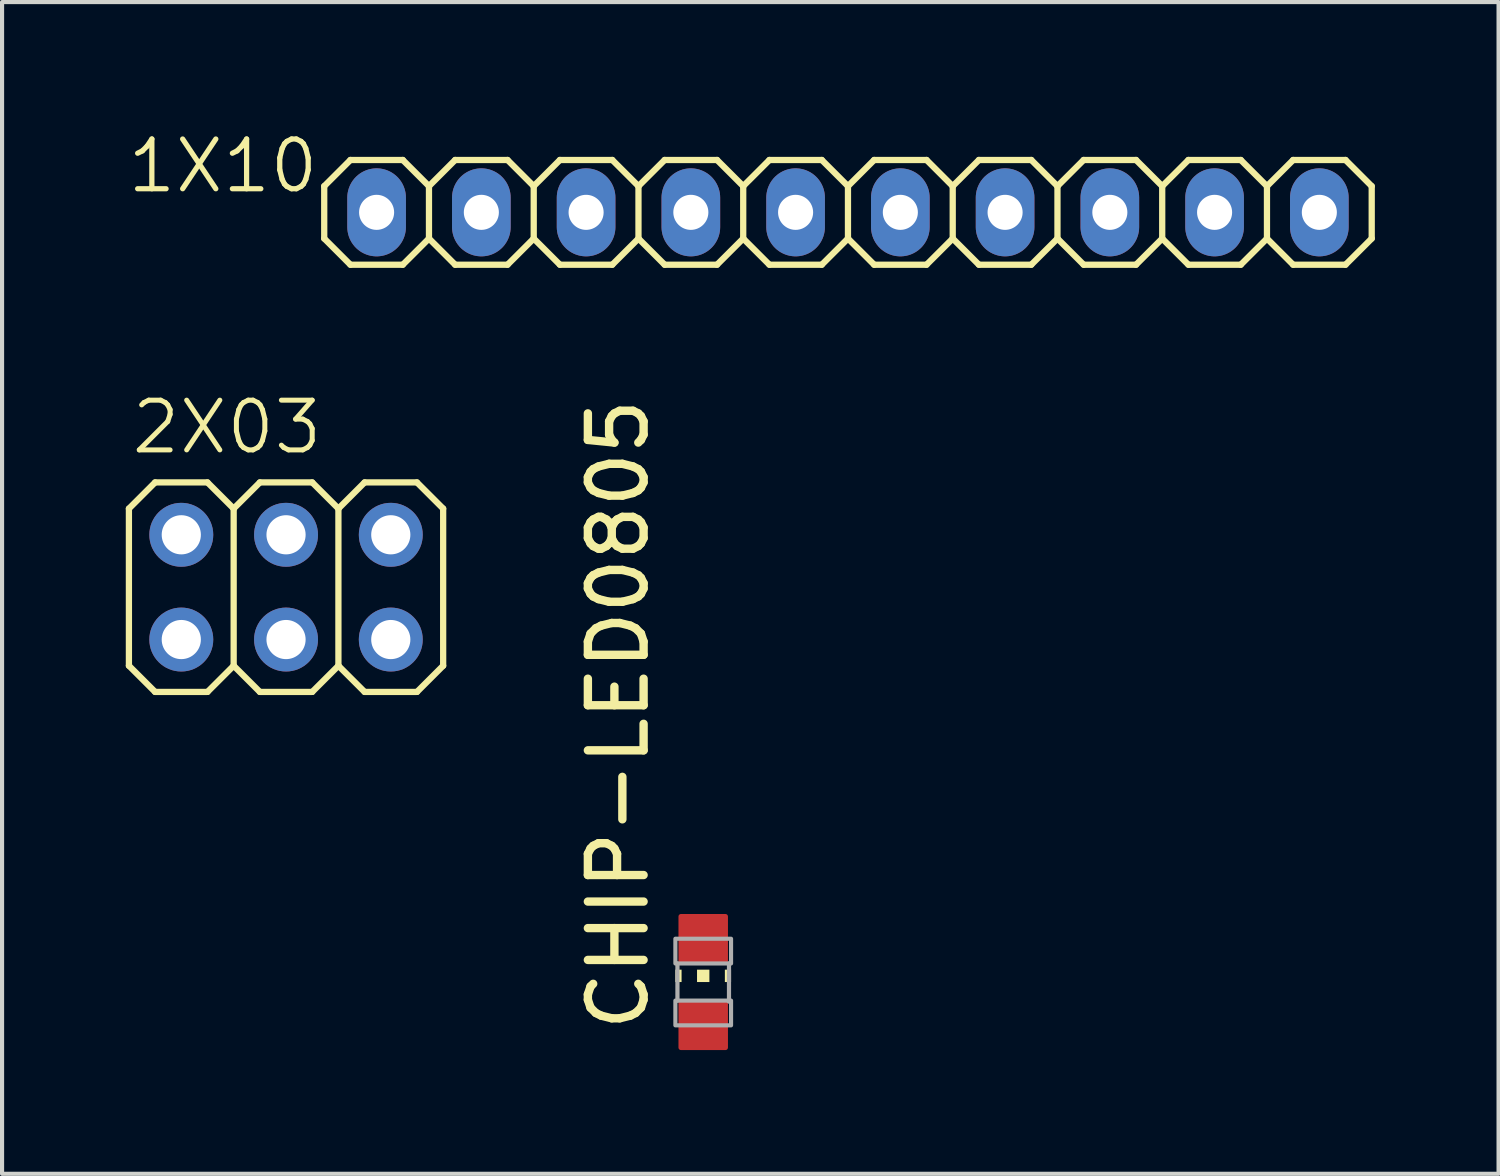
<source format=kicad_pcb>
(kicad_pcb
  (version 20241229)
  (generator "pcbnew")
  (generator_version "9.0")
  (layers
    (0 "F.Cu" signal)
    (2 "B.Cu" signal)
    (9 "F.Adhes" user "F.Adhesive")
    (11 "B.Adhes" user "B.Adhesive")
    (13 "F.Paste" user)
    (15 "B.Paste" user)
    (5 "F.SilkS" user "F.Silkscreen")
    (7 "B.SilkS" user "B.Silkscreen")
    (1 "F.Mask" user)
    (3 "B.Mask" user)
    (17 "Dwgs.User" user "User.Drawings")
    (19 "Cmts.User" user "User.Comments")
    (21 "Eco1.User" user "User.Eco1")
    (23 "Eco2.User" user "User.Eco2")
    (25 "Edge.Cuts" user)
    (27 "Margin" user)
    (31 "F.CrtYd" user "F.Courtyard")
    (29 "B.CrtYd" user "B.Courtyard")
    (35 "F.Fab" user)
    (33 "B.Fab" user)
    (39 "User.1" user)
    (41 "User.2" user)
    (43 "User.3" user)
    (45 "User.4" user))
  (footprint "1X10"
    (layer "F.Cu")
    (at 17.512 2.099)
    (property "Reference" "1X10" (at -12.776 -1.829 0) (layer "F.SilkS") (effects (font (size 1.206 1.206) (thickness 0.127)) (justify right top)))
    (attr through_hole)
    (fp_line (start -12.7 -0.635) (end -12.7 0.635) (stroke (width 0.152) (type solid)) (layer "F.SilkS"))
    (fp_line (start -12.7 0.635) (end -12.065 1.27) (stroke (width 0.152) (type solid)) (layer "F.SilkS"))
    (fp_line (start -12.065 -1.27) (end -12.7 -0.635) (stroke (width 0.152) (type solid)) (layer "F.SilkS"))
    (fp_line (start -12.065 -1.27) (end -10.795 -1.27) (stroke (width 0.152) (type solid)) (layer "F.SilkS"))
    (fp_line (start -10.795 -1.27) (end -10.16 -0.635) (stroke (width 0.152) (type solid)) (layer "F.SilkS"))
    (fp_line (start -10.795 1.27) (end -12.065 1.27) (stroke (width 0.152) (type solid)) (layer "F.SilkS"))
    (fp_line (start -10.16 -0.635) (end -10.16 0.635) (stroke (width 0.152) (type solid)) (layer "F.SilkS"))
    (fp_line (start -10.16 -0.635) (end -9.525 -1.27) (stroke (width 0.152) (type solid)) (layer "F.SilkS"))
    (fp_line (start -10.16 0.635) (end -10.795 1.27) (stroke (width 0.152) (type solid)) (layer "F.SilkS"))
    (fp_line (start -9.525 -1.27) (end -8.255 -1.27) (stroke (width 0.152) (type solid)) (layer "F.SilkS"))
    (fp_line (start -9.525 1.27) (end -10.16 0.635) (stroke (width 0.152) (type solid)) (layer "F.SilkS"))
    (fp_line (start -8.255 -1.27) (end -7.62 -0.635) (stroke (width 0.152) (type solid)) (layer "F.SilkS"))
    (fp_line (start -8.255 1.27) (end -9.525 1.27) (stroke (width 0.152) (type solid)) (layer "F.SilkS"))
    (fp_line (start -7.62 -0.635) (end -7.62 0.635) (stroke (width 0.152) (type solid)) (layer "F.SilkS"))
    (fp_line (start -7.62 -0.635) (end -6.985 -1.27) (stroke (width 0.152) (type solid)) (layer "F.SilkS"))
    (fp_line (start -7.62 0.635) (end -8.255 1.27) (stroke (width 0.152) (type solid)) (layer "F.SilkS"))
    (fp_line (start -6.985 -1.27) (end -5.715 -1.27) (stroke (width 0.152) (type solid)) (layer "F.SilkS"))
    (fp_line (start -6.985 1.27) (end -7.62 0.635) (stroke (width 0.152) (type solid)) (layer "F.SilkS"))
    (fp_line (start -5.715 -1.27) (end -5.08 -0.635) (stroke (width 0.152) (type solid)) (layer "F.SilkS"))
    (fp_line (start -5.715 1.27) (end -6.985 1.27) (stroke (width 0.152) (type solid)) (layer "F.SilkS"))
    (fp_line (start -5.08 -0.635) (end -5.08 0.635) (stroke (width 0.152) (type solid)) (layer "F.SilkS"))
    (fp_line (start -5.08 0.635) (end -5.715 1.27) (stroke (width 0.152) (type solid)) (layer "F.SilkS"))
    (fp_line (start -5.08 0.635) (end -4.445 1.27) (stroke (width 0.152) (type solid)) (layer "F.SilkS"))
    (fp_line (start -4.445 -1.27) (end -5.08 -0.635) (stroke (width 0.152) (type solid)) (layer "F.SilkS"))
    (fp_line (start -4.445 -1.27) (end -3.175 -1.27) (stroke (width 0.152) (type solid)) (layer "F.SilkS"))
    (fp_line (start -3.175 -1.27) (end -2.54 -0.635) (stroke (width 0.152) (type solid)) (layer "F.SilkS"))
    (fp_line (start -3.175 1.27) (end -4.445 1.27) (stroke (width 0.152) (type solid)) (layer "F.SilkS"))
    (fp_line (start -2.54 -0.635) (end -2.54 0.635) (stroke (width 0.152) (type solid)) (layer "F.SilkS"))
    (fp_line (start -2.54 -0.635) (end -1.905 -1.27) (stroke (width 0.152) (type solid)) (layer "F.SilkS"))
    (fp_line (start -2.54 0.635) (end -3.175 1.27) (stroke (width 0.152) (type solid)) (layer "F.SilkS"))
    (fp_line (start -1.905 -1.27) (end -0.635 -1.27) (stroke (width 0.152) (type solid)) (layer "F.SilkS"))
    (fp_line (start -1.905 1.27) (end -2.54 0.635) (stroke (width 0.152) (type solid)) (layer "F.SilkS"))
    (fp_line (start -0.635 -1.27) (end 0 -0.635) (stroke (width 0.152) (type solid)) (layer "F.SilkS"))
    (fp_line (start -0.635 1.27) (end -1.905 1.27) (stroke (width 0.152) (type solid)) (layer "F.SilkS"))
    (fp_line (start 0 -0.635) (end 0 0.635) (stroke (width 0.152) (type solid)) (layer "F.SilkS"))
    (fp_line (start 0 -0.635) (end 0.635 -1.27) (stroke (width 0.152) (type solid)) (layer "F.SilkS"))
    (fp_line (start 0 0.635) (end -0.635 1.27) (stroke (width 0.152) (type solid)) (layer "F.SilkS"))
    (fp_line (start 0.635 -1.27) (end 1.905 -1.27) (stroke (width 0.152) (type solid)) (layer "F.SilkS"))
    (fp_line (start 0.635 1.27) (end 0 0.635) (stroke (width 0.152) (type solid)) (layer "F.SilkS"))
    (fp_line (start 1.905 -1.27) (end 2.54 -0.635) (stroke (width 0.152) (type solid)) (layer "F.SilkS"))
    (fp_line (start 1.905 1.27) (end 0.635 1.27) (stroke (width 0.152) (type solid)) (layer "F.SilkS"))
    (fp_line (start 2.54 -0.635) (end 2.54 0.635) (stroke (width 0.152) (type solid)) (layer "F.SilkS"))
    (fp_line (start 2.54 0.635) (end 1.905 1.27) (stroke (width 0.152) (type solid)) (layer "F.SilkS"))
    (fp_line (start 2.54 0.635) (end 3.175 1.27) (stroke (width 0.152) (type solid)) (layer "F.SilkS"))
    (fp_line (start 3.175 -1.27) (end 2.54 -0.635) (stroke (width 0.152) (type solid)) (layer "F.SilkS"))
    (fp_line (start 3.175 -1.27) (end 4.445 -1.27) (stroke (width 0.152) (type solid)) (layer "F.SilkS"))
    (fp_line (start 4.445 -1.27) (end 5.08 -0.635) (stroke (width 0.152) (type solid)) (layer "F.SilkS"))
    (fp_line (start 4.445 1.27) (end 3.175 1.27) (stroke (width 0.152) (type solid)) (layer "F.SilkS"))
    (fp_line (start 5.08 -0.635) (end 5.08 0.635) (stroke (width 0.152) (type solid)) (layer "F.SilkS"))
    (fp_line (start 5.08 -0.635) (end 5.715 -1.27) (stroke (width 0.152) (type solid)) (layer "F.SilkS"))
    (fp_line (start 5.08 0.635) (end 4.445 1.27) (stroke (width 0.152) (type solid)) (layer "F.SilkS"))
    (fp_line (start 5.715 -1.27) (end 6.985 -1.27) (stroke (width 0.152) (type solid)) (layer "F.SilkS"))
    (fp_line (start 5.715 1.27) (end 5.08 0.635) (stroke (width 0.152) (type solid)) (layer "F.SilkS"))
    (fp_line (start 6.985 -1.27) (end 7.62 -0.635) (stroke (width 0.152) (type solid)) (layer "F.SilkS"))
    (fp_line (start 6.985 1.27) (end 5.715 1.27) (stroke (width 0.152) (type solid)) (layer "F.SilkS"))
    (fp_line (start 7.62 -0.635) (end 7.62 0.635) (stroke (width 0.152) (type solid)) (layer "F.SilkS"))
    (fp_line (start 7.62 -0.635) (end 8.255 -1.27) (stroke (width 0.152) (type solid)) (layer "F.SilkS"))
    (fp_line (start 7.62 0.635) (end 6.985 1.27) (stroke (width 0.152) (type solid)) (layer "F.SilkS"))
    (fp_line (start 8.255 -1.27) (end 9.525 -1.27) (stroke (width 0.152) (type solid)) (layer "F.SilkS"))
    (fp_line (start 8.255 1.27) (end 7.62 0.635) (stroke (width 0.152) (type solid)) (layer "F.SilkS"))
    (fp_line (start 9.525 -1.27) (end 10.16 -0.635) (stroke (width 0.152) (type solid)) (layer "F.SilkS"))
    (fp_line (start 9.525 1.27) (end 8.255 1.27) (stroke (width 0.152) (type solid)) (layer "F.SilkS"))
    (fp_line (start 10.16 -0.635) (end 10.16 0.635) (stroke (width 0.152) (type solid)) (layer "F.SilkS"))
    (fp_line (start 10.16 0.635) (end 9.525 1.27) (stroke (width 0.152) (type solid)) (layer "F.SilkS"))
    (fp_line (start 10.16 0.635) (end 10.795 1.27) (stroke (width 0.152) (type solid)) (layer "F.SilkS"))
    (fp_line (start 10.795 -1.27) (end 10.16 -0.635) (stroke (width 0.152) (type solid)) (layer "F.SilkS"))
    (fp_line (start 10.795 -1.27) (end 12.065 -1.27) (stroke (width 0.152) (type solid)) (layer "F.SilkS"))
    (fp_line (start 12.065 -1.27) (end 12.7 -0.635) (stroke (width 0.152) (type solid)) (layer "F.SilkS"))
    (fp_line (start 12.065 1.27) (end 10.795 1.27) (stroke (width 0.152) (type solid)) (layer "F.SilkS"))
    (fp_line (start 12.7 -0.635) (end 12.7 0.635) (stroke (width 0.152) (type solid)) (layer "F.SilkS"))
    (fp_line (start 12.7 0.635) (end 12.065 1.27) (stroke (width 0.152) (type solid)) (layer "F.SilkS"))
    (fp_poly (pts (xy -11.684 0.254) (xy -11.176 0.254) (xy -11.176 -0.254) (xy -11.684 -0.254)) (stroke (width 0.1) (type solid)) (fill no) (layer "F.Fab"))
    (fp_poly (pts (xy -9.144 0.254) (xy -8.636 0.254) (xy -8.636 -0.254) (xy -9.144 -0.254)) (stroke (width 0.1) (type solid)) (fill no) (layer "F.Fab"))
    (fp_poly (pts (xy -6.604 0.254) (xy -6.096 0.254) (xy -6.096 -0.254) (xy -6.604 -0.254)) (stroke (width 0.1) (type solid)) (fill no) (layer "F.Fab"))
    (fp_poly (pts (xy -4.064 0.254) (xy -3.556 0.254) (xy -3.556 -0.254) (xy -4.064 -0.254)) (stroke (width 0.1) (type solid)) (fill no) (layer "F.Fab"))
    (fp_poly (pts (xy -1.524 0.254) (xy -1.016 0.254) (xy -1.016 -0.254) (xy -1.524 -0.254)) (stroke (width 0.1) (type solid)) (fill no) (layer "F.Fab"))
    (fp_poly (pts (xy 1.016 0.254) (xy 1.524 0.254) (xy 1.524 -0.254) (xy 1.016 -0.254)) (stroke (width 0.1) (type solid)) (fill no) (layer "F.Fab"))
    (fp_poly (pts (xy 3.556 0.254) (xy 4.064 0.254) (xy 4.064 -0.254) (xy 3.556 -0.254)) (stroke (width 0.1) (type solid)) (fill no) (layer "F.Fab"))
    (fp_poly (pts (xy 6.096 0.254) (xy 6.604 0.254) (xy 6.604 -0.254) (xy 6.096 -0.254)) (stroke (width 0.1) (type solid)) (fill no) (layer "F.Fab"))
    (fp_poly (pts (xy 8.636 0.254) (xy 9.144 0.254) (xy 9.144 -0.254) (xy 8.636 -0.254)) (stroke (width 0.1) (type solid)) (fill no) (layer "F.Fab"))
    (fp_poly (pts (xy 11.176 0.254) (xy 11.684 0.254) (xy 11.684 -0.254) (xy 11.176 -0.254)) (stroke (width 0.1) (type solid)) (fill no) (layer "F.Fab"))
    (pad "1" thru_hole oval (at -11.43 0 90) (size 2.134 1.422) (drill 0.85) (layers "*.Cu" "*.Mask"))
    (pad "2" thru_hole oval (at -8.89 0 90) (size 2.134 1.422) (drill 0.85) (layers "*.Cu" "*.Mask"))
    (pad "3" thru_hole oval (at -6.35 0 90) (size 2.134 1.422) (drill 0.85) (layers "*.Cu" "*.Mask"))
    (pad "4" thru_hole oval (at -3.81 0 90) (size 2.134 1.422) (drill 0.85) (layers "*.Cu" "*.Mask"))
    (pad "5" thru_hole oval (at -1.27 0 90) (size 2.134 1.422) (drill 0.85) (layers "*.Cu" "*.Mask"))
    (pad "6" thru_hole oval (at 1.27 0 90) (size 2.134 1.422) (drill 0.85) (layers "*.Cu" "*.Mask"))
    (pad "7" thru_hole oval (at 3.81 0 90) (size 2.134 1.422) (drill 0.85) (layers "*.Cu" "*.Mask"))
    (pad "8" thru_hole oval (at 6.35 0 90) (size 2.134 1.422) (drill 0.85) (layers "*.Cu" "*.Mask"))
    (pad "9" thru_hole oval (at 8.89 0 90) (size 2.134 1.422) (drill 0.85) (layers "*.Cu" "*.Mask"))
    (pad "10" thru_hole oval (at 11.43 0 90) (size 2.134 1.422) (drill 0.85) (layers "*.Cu" "*.Mask")))
  (footprint "CHIP-LED0805"
    (layer "F.Cu")
    (at 14.002 20.763)
    (property "Reference" "CHIP-LED0805" (at -1.27 1.27 90) (layer "F.SilkS") (effects (font (size 1.351 1.351) (thickness 0.203)) (justify left bottom)))
    (attr through_hole)
    (fp_poly (pts (xy -0.675 0) (xy -0.525 0) (xy -0.525 -0.3) (xy -0.675 -0.3)) (stroke (width 0) (type solid)) (fill yes) (layer "F.SilkS"))
    (fp_poly (pts (xy -0.15 0) (xy 0.15 0) (xy 0.15 -0.3) (xy -0.15 -0.3)) (stroke (width 0) (type solid)) (fill yes) (layer "F.SilkS"))
    (fp_poly (pts (xy 0.525 0) (xy 0.675 0) (xy 0.675 -0.3) (xy 0.525 -0.3)) (stroke (width 0) (type solid)) (fill yes) (layer "F.SilkS"))
    (fp_line (start -0.625 -0.45) (end -0.625 0.45) (stroke (width 0.102) (type solid)) (layer "F.Fab"))
    (fp_line (start 0.625 -0.45) (end 0.625 0.475) (stroke (width 0.102) (type solid)) (layer "F.Fab"))
    (fp_poly (pts (xy -0.675 -0.45) (xy 0.675 -0.45) (xy 0.675 -1.05) (xy -0.675 -1.05)) (stroke (width 0.1) (type solid)) (fill no) (layer "F.Fab"))
    (fp_poly (pts (xy -0.675 1.05) (xy 0.675 1.05) (xy 0.675 0.45) (xy -0.675 0.45)) (stroke (width 0.1) (type solid)) (fill no) (layer "F.Fab"))
    (pad "A" smd roundrect (at 0 1.05) (size 1.2 1.2) (layers "F.Cu" "F.Mask" "F.Paste") (roundrect_rratio 0.05))
    (pad "C" smd roundrect (at 0 -1.05) (size 1.2 1.2) (layers "F.Cu" "F.Mask" "F.Paste") (roundrect_rratio 0.05)))
  (footprint "2X03"
    (layer "F.Cu")
    (at 3.886 11.188)
    (property "Reference" "2X03" (at -3.81 -3.175 180) (layer "F.SilkS") (effects (font (size 1.206 1.206) (thickness 0.121)) (justify left bottom)))
    (attr through_hole)
    (fp_line (start -3.81 -1.905) (end -3.175 -2.54) (stroke (width 0.152) (type solid)) (layer "F.SilkS"))
    (fp_line (start -3.81 1.905) (end -3.81 -1.905) (stroke (width 0.152) (type solid)) (layer "F.SilkS"))
    (fp_line (start -3.81 1.905) (end -3.175 2.54) (stroke (width 0.152) (type solid)) (layer "F.SilkS"))
    (fp_line (start -3.175 -2.54) (end -1.905 -2.54) (stroke (width 0.152) (type solid)) (layer "F.SilkS"))
    (fp_line (start -3.175 2.54) (end -1.905 2.54) (stroke (width 0.152) (type solid)) (layer "F.SilkS"))
    (fp_line (start -1.905 -2.54) (end -1.27 -1.905) (stroke (width 0.152) (type solid)) (layer "F.SilkS"))
    (fp_line (start -1.905 2.54) (end -1.27 1.905) (stroke (width 0.152) (type solid)) (layer "F.SilkS"))
    (fp_line (start -1.27 -1.905) (end -1.27 1.905) (stroke (width 0.152) (type solid)) (layer "F.SilkS"))
    (fp_line (start -1.27 -1.905) (end -0.635 -2.54) (stroke (width 0.152) (type solid)) (layer "F.SilkS"))
    (fp_line (start -1.27 1.905) (end -0.635 2.54) (stroke (width 0.152) (type solid)) (layer "F.SilkS"))
    (fp_line (start -0.635 -2.54) (end 0.635 -2.54) (stroke (width 0.152) (type solid)) (layer "F.SilkS"))
    (fp_line (start -0.635 2.54) (end 0.635 2.54) (stroke (width 0.152) (type solid)) (layer "F.SilkS"))
    (fp_line (start 0.635 -2.54) (end 1.27 -1.905) (stroke (width 0.152) (type solid)) (layer "F.SilkS"))
    (fp_line (start 0.635 2.54) (end 1.27 1.905) (stroke (width 0.152) (type solid)) (layer "F.SilkS"))
    (fp_line (start 1.27 -1.905) (end 1.27 1.905) (stroke (width 0.152) (type solid)) (layer "F.SilkS"))
    (fp_line (start 1.27 -1.905) (end 1.905 -2.54) (stroke (width 0.152) (type solid)) (layer "F.SilkS"))
    (fp_line (start 1.27 1.905) (end 1.905 2.54) (stroke (width 0.152) (type solid)) (layer "F.SilkS"))
    (fp_line (start 1.905 -2.54) (end 3.175 -2.54) (stroke (width 0.152) (type solid)) (layer "F.SilkS"))
    (fp_line (start 1.905 2.54) (end 3.175 2.54) (stroke (width 0.152) (type solid)) (layer "F.SilkS"))
    (fp_line (start 3.175 -2.54) (end 3.81 -1.905) (stroke (width 0.152) (type solid)) (layer "F.SilkS"))
    (fp_line (start 3.175 2.54) (end 3.81 1.905) (stroke (width 0.152) (type solid)) (layer "F.SilkS"))
    (fp_line (start 3.81 -1.905) (end 3.81 1.905) (stroke (width 0.152) (type solid)) (layer "F.SilkS"))
    (fp_poly (pts (xy -2.794 -1.016) (xy -2.286 -1.016) (xy -2.286 -1.524) (xy -2.794 -1.524)) (stroke (width 0.1) (type solid)) (fill no) (layer "F.Fab"))
    (fp_poly (pts (xy -2.794 1.524) (xy -2.286 1.524) (xy -2.286 1.016) (xy -2.794 1.016)) (stroke (width 0.1) (type solid)) (fill no) (layer "F.Fab"))
    (fp_poly (pts (xy -0.254 -1.016) (xy 0.254 -1.016) (xy 0.254 -1.524) (xy -0.254 -1.524)) (stroke (width 0.1) (type solid)) (fill no) (layer "F.Fab"))
    (fp_poly (pts (xy -0.254 1.524) (xy 0.254 1.524) (xy 0.254 1.016) (xy -0.254 1.016)) (stroke (width 0.1) (type solid)) (fill no) (layer "F.Fab"))
    (fp_poly (pts (xy 2.286 -1.016) (xy 2.794 -1.016) (xy 2.794 -1.524) (xy 2.286 -1.524)) (stroke (width 0.1) (type solid)) (fill no) (layer "F.Fab"))
    (fp_poly (pts (xy 2.286 1.524) (xy 2.794 1.524) (xy 2.794 1.016) (xy 2.286 1.016)) (stroke (width 0.1) (type solid)) (fill no) (layer "F.Fab"))
    (pad "1" thru_hole circle (at -2.54 1.27) (size 1.55 1.55) (drill 0.95) (layers "*.Cu" "*.Mask"))
    (pad "2" thru_hole circle (at -2.54 -1.27) (size 1.55 1.55) (drill 0.95) (layers "*.Cu" "*.Mask"))
    (pad "3" thru_hole circle (at 0 1.27) (size 1.55 1.55) (drill 0.95) (layers "*.Cu" "*.Mask"))
    (pad "4" thru_hole circle (at 0 -1.27) (size 1.55 1.55) (drill 0.95) (layers "*.Cu" "*.Mask"))
    (pad "5" thru_hole circle (at 2.54 1.27) (size 1.55 1.55) (drill 0.95) (layers "*.Cu" "*.Mask"))
    (pad "6" thru_hole circle (at 2.54 -1.27) (size 1.55 1.55) (drill 0.95) (layers "*.Cu" "*.Mask")))
  (gr_rect
    (start -3 -3)
    (end 33.288 25.413)
    (stroke (width 0.1) (type default))
    (fill no)
    (layer "Edge.Cuts")))
</source>
